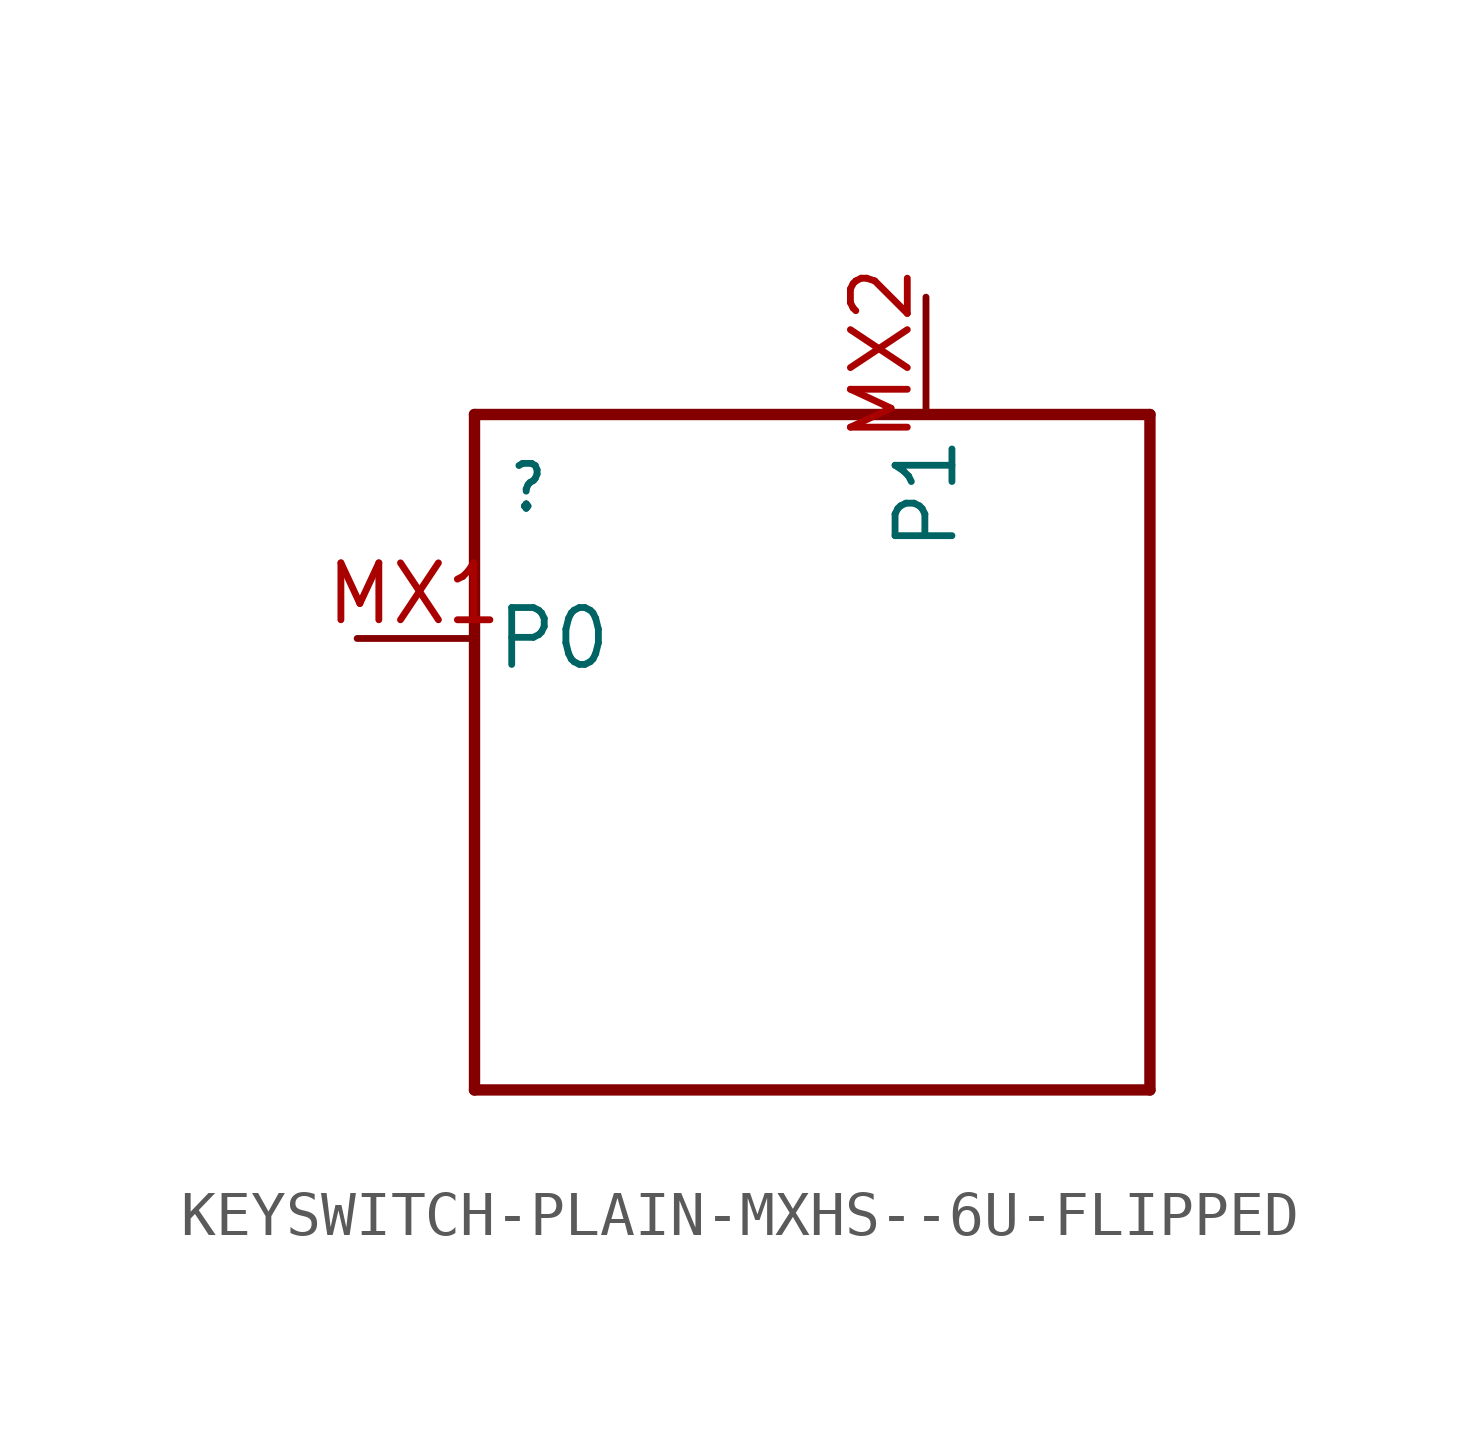
<source format=kicad_sym>
(kicad_symbol_lib
  (version 20211014)
  (generator kicad_symbol_editor)
  (symbol "KEYSWITCH-PLAIN-MXHS--6U-FLIPPED"
    (property "Reference" ""
      (at -6.81 5.318 0)
      (effects (font (size 1 0.85)) (justify left bottom)))
    (property "ki_locked" ""
      (at 0 0 0)
      (effects (font (size 1.27 1.27))))
    (symbol "KEYSWITCH-PLAIN-MXHS--6U-FLIPPED_1_0"
      (polyline (pts (xy -7.54 -7.54) (xy -7.54 7.54)) (stroke (width 0.254) (type default) (color 0 0 0 0)) (fill (type none)))
      (polyline (pts (xy -7.54 7.54) (xy 7.54 7.54)) (stroke (width 0.254) (type default) (color 0 0 0 0)) (fill (type none)))
      (polyline (pts (xy 7.54 -7.54) (xy -7.54 -7.54)) (stroke (width 0.254) (type default) (color 0 0 0 0)) (fill (type none)))
      (polyline (pts (xy 7.54 7.54) (xy 7.54 -7.54)) (stroke (width 0.254) (type default) (color 0 0 0 0)) (fill (type none)))
      (pin bidirectional line (at -10.16 2.54 0) (length 2.54) (name "P0" (effects (font (size 1.27 1.27)))) (number "MX1" (effects (font (size 1.27 1.27)))))
      (pin bidirectional line (at 2.54 10.16 270) (length 2.54) (name "P1" (effects (font (size 1.27 1.27)))) (number "MX2" (effects (font (size 1.27 1.27))))))))
</source>
